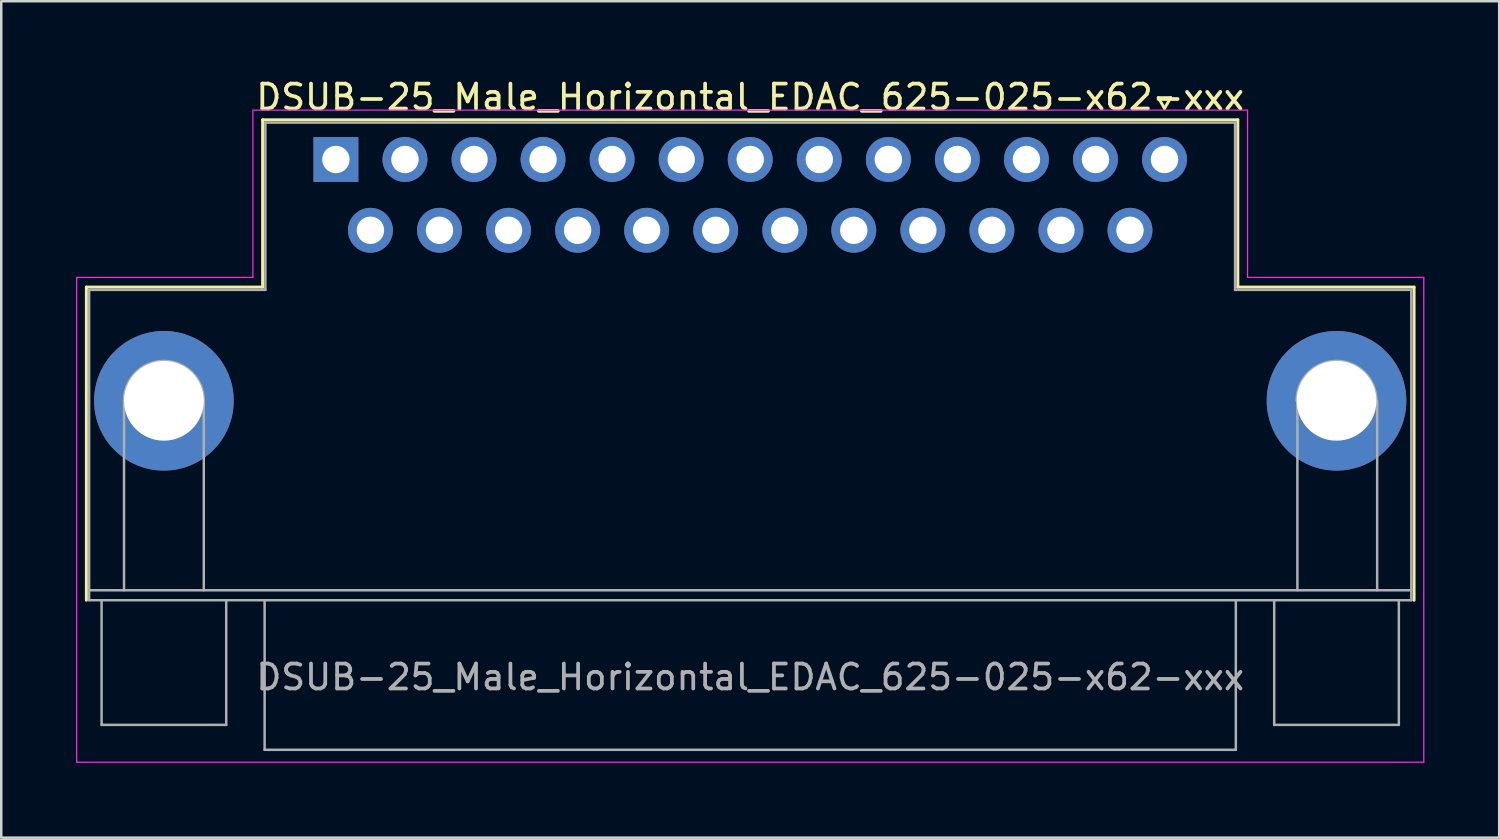
<source format=kicad_pcb>
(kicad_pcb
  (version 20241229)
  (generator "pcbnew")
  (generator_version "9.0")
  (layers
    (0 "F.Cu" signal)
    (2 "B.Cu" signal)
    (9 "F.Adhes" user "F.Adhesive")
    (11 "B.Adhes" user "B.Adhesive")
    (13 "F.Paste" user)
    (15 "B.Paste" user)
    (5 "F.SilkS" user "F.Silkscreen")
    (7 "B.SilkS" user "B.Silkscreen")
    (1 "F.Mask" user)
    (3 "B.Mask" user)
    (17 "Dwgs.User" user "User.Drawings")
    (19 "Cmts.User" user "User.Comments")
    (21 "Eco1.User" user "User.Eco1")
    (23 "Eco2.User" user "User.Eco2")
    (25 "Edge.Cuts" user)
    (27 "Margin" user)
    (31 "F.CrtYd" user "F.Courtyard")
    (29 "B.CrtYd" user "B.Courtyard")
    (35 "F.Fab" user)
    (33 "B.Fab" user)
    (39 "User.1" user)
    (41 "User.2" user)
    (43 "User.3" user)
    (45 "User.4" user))
  (footprint "DSUB-25_Male_Horizontal_EDAC_625-025-x62-xxx"
    (layer "F.Cu")
    (at 10.425 3.348)
    (property "Reference" "DSUB-25_Male_Horizontal_EDAC_625-025-x62-xxx" (at 16.62 -2.5 0) (layer "F.SilkS") (effects (font (size 1 1) (thickness 0.15))))
    (attr through_hole)
    (fp_line (start -10.01 5.12) (end -2.94 5.12) (stroke (width 0.12) (type solid)) (layer "F.SilkS"))
    (fp_line (start -10.01 17.68) (end -10.01 5.12) (stroke (width 0.12) (type solid)) (layer "F.SilkS"))
    (fp_line (start -2.94 -1.59) (end 36.18 -1.59) (stroke (width 0.12) (type solid)) (layer "F.SilkS"))
    (fp_line (start -2.94 5.12) (end -2.94 -1.59) (stroke (width 0.12) (type solid)) (layer "F.SilkS"))
    (fp_line (start 32.99 -2.48) (end 33.49 -2.48) (stroke (width 0.12) (type solid)) (layer "F.SilkS"))
    (fp_line (start 33.24 -2.05) (end 32.99 -2.48) (stroke (width 0.12) (type solid)) (layer "F.SilkS"))
    (fp_line (start 33.49 -2.48) (end 33.24 -2.05) (stroke (width 0.12) (type solid)) (layer "F.SilkS"))
    (fp_line (start 36.18 5.12) (end 36.18 -1.59) (stroke (width 0.12) (type solid)) (layer "F.SilkS"))
    (fp_line (start 36.18 5.12) (end 43.25 5.12) (stroke (width 0.12) (type solid)) (layer "F.SilkS"))
    (fp_line (start 43.25 5.12) (end 43.25 17.68) (stroke (width 0.12) (type solid)) (layer "F.SilkS"))
    (fp_line (start -10.4 4.73) (end -10.4 24.18) (stroke (width 0.05) (type solid)) (layer "F.CrtYd"))
    (fp_line (start -10.4 24.18) (end 43.64 24.18) (stroke (width 0.05) (type solid)) (layer "F.CrtYd"))
    (fp_line (start -3.33 -1.98) (end -3.33 4.73) (stroke (width 0.05) (type solid)) (layer "F.CrtYd"))
    (fp_line (start -3.33 4.73) (end -10.4 4.73) (stroke (width 0.05) (type solid)) (layer "F.CrtYd"))
    (fp_line (start 36.57 -1.98) (end -3.33 -1.98) (stroke (width 0.05) (type solid)) (layer "F.CrtYd"))
    (fp_line (start 36.57 -1.98) (end 36.57 4.73) (stroke (width 0.05) (type solid)) (layer "F.CrtYd"))
    (fp_line (start 43.64 4.73) (end 36.57 4.73) (stroke (width 0.05) (type solid)) (layer "F.CrtYd"))
    (fp_line (start 43.64 24.18) (end 43.64 4.73) (stroke (width 0.05) (type solid)) (layer "F.CrtYd"))
    (fp_line (start -9.9 5.23) (end -9.9 17.68) (stroke (width 0.1) (type solid)) (layer "F.Fab"))
    (fp_line (start -9.9 17.68) (end 43.14 17.68) (stroke (width 0.1) (type solid)) (layer "F.Fab"))
    (fp_line (start -9.4 17.68) (end -9.4 22.68) (stroke (width 0.1) (type solid)) (layer "F.Fab"))
    (fp_line (start -9.4 22.68) (end -4.4 22.68) (stroke (width 0.1) (type solid)) (layer "F.Fab"))
    (fp_line (start -8.5 17.28) (end -8.5 9.68) (stroke (width 0.1) (type solid)) (layer "F.Fab"))
    (fp_line (start -5.3 17.28) (end -5.3 9.68) (stroke (width 0.1) (type solid)) (layer "F.Fab"))
    (fp_line (start -4.4 22.68) (end -4.4 17.68) (stroke (width 0.1) (type solid)) (layer "F.Fab"))
    (fp_line (start -2.86 17.68) (end -2.86 23.68) (stroke (width 0.1) (type solid)) (layer "F.Fab"))
    (fp_line (start -2.86 23.68) (end 36.1 23.68) (stroke (width 0.1) (type solid)) (layer "F.Fab"))
    (fp_line (start -2.83 5.23) (end -9.9 5.23) (stroke (width 0.1) (type solid)) (layer "F.Fab"))
    (fp_line (start -2.83 5.23) (end -2.83 -1.48) (stroke (width 0.1) (type solid)) (layer "F.Fab"))
    (fp_line (start 36.07 -1.48) (end -2.83 -1.48) (stroke (width 0.1) (type solid)) (layer "F.Fab"))
    (fp_line (start 36.07 -1.48) (end 36.07 5.23) (stroke (width 0.1) (type solid)) (layer "F.Fab"))
    (fp_line (start 36.1 23.68) (end 36.1 17.68) (stroke (width 0.1) (type solid)) (layer "F.Fab"))
    (fp_line (start 37.64 17.68) (end 37.64 22.68) (stroke (width 0.1) (type solid)) (layer "F.Fab"))
    (fp_line (start 37.64 22.68) (end 42.64 22.68) (stroke (width 0.1) (type solid)) (layer "F.Fab"))
    (fp_line (start 38.57 17.28) (end 38.57 9.68) (stroke (width 0.1) (type solid)) (layer "F.Fab"))
    (fp_line (start 41.77 17.28) (end 41.77 9.68) (stroke (width 0.1) (type solid)) (layer "F.Fab"))
    (fp_line (start 42.64 22.68) (end 42.64 17.68) (stroke (width 0.1) (type solid)) (layer "F.Fab"))
    (fp_line (start 43.14 5.23) (end 36.07 5.23) (stroke (width 0.1) (type solid)) (layer "F.Fab"))
    (fp_line (start 43.14 17.28) (end -9.9 17.28) (stroke (width 0.1) (type solid)) (layer "F.Fab"))
    (fp_line (start 43.14 17.68) (end 43.14 5.23) (stroke (width 0.1) (type solid)) (layer "F.Fab"))
    (fp_arc (start -8.5 9.68) (mid -6.9 8.08) (end -5.3 9.68) (stroke (width 0.1) (type solid)) (layer "F.Fab"))
    (fp_arc (start 38.54 9.68) (mid 40.14 8.08) (end 41.74 9.68) (stroke (width 0.1) (type solid)) (layer "F.Fab"))
    (fp_text user "${REFERENCE}" (at 16.62 20.765 0) (layer "F.Fab") (effects (font (size 1 1) (thickness 0.15))))
    (pad "0" thru_hole circle (at -6.9 9.68) (size 5.6 5.6) (drill 3.2) (layers "*.Cu" "*.Mask"))
    (pad "0" thru_hole circle (at 40.14 9.68) (size 5.6 5.6) (drill 3.2) (layers "*.Cu" "*.Mask"))
    (pad "1" thru_hole rect (at 0 0) (size 1.8 1.8) (drill 1.1) (layers "*.Cu" "*.Mask"))
    (pad "2" thru_hole circle (at 2.77 0) (size 1.8 1.8) (drill 1.1) (layers "*.Cu" "*.Mask"))
    (pad "3" thru_hole circle (at 5.54 0) (size 1.8 1.8) (drill 1.1) (layers "*.Cu" "*.Mask"))
    (pad "4" thru_hole circle (at 8.31 0) (size 1.8 1.8) (drill 1.1) (layers "*.Cu" "*.Mask"))
    (pad "5" thru_hole circle (at 11.08 0) (size 1.8 1.8) (drill 1.1) (layers "*.Cu" "*.Mask"))
    (pad "6" thru_hole circle (at 13.85 0) (size 1.8 1.8) (drill 1.1) (layers "*.Cu" "*.Mask"))
    (pad "7" thru_hole circle (at 16.62 0) (size 1.8 1.8) (drill 1.1) (layers "*.Cu" "*.Mask"))
    (pad "8" thru_hole circle (at 19.39 0) (size 1.8 1.8) (drill 1.1) (layers "*.Cu" "*.Mask"))
    (pad "9" thru_hole circle (at 22.16 0) (size 1.8 1.8) (drill 1.1) (layers "*.Cu" "*.Mask"))
    (pad "10" thru_hole circle (at 24.93 0) (size 1.8 1.8) (drill 1.1) (layers "*.Cu" "*.Mask"))
    (pad "11" thru_hole circle (at 27.7 0) (size 1.8 1.8) (drill 1.1) (layers "*.Cu" "*.Mask"))
    (pad "12" thru_hole circle (at 30.47 0) (size 1.8 1.8) (drill 1.1) (layers "*.Cu" "*.Mask"))
    (pad "13" thru_hole circle (at 33.24 0) (size 1.8 1.8) (drill 1.1) (layers "*.Cu" "*.Mask"))
    (pad "14" thru_hole circle (at 1.385 2.84) (size 1.8 1.8) (drill 1.1) (layers "*.Cu" "*.Mask"))
    (pad "15" thru_hole circle (at 4.155 2.84) (size 1.8 1.8) (drill 1.1) (layers "*.Cu" "*.Mask"))
    (pad "16" thru_hole circle (at 6.925 2.84) (size 1.8 1.8) (drill 1.1) (layers "*.Cu" "*.Mask"))
    (pad "17" thru_hole circle (at 9.695 2.84) (size 1.8 1.8) (drill 1.1) (layers "*.Cu" "*.Mask"))
    (pad "18" thru_hole circle (at 12.465 2.84) (size 1.8 1.8) (drill 1.1) (layers "*.Cu" "*.Mask"))
    (pad "19" thru_hole circle (at 15.235 2.84) (size 1.8 1.8) (drill 1.1) (layers "*.Cu" "*.Mask"))
    (pad "20" thru_hole circle (at 18.005 2.84) (size 1.8 1.8) (drill 1.1) (layers "*.Cu" "*.Mask"))
    (pad "21" thru_hole circle (at 20.775 2.84) (size 1.8 1.8) (drill 1.1) (layers "*.Cu" "*.Mask"))
    (pad "22" thru_hole circle (at 23.545 2.84) (size 1.8 1.8) (drill 1.1) (layers "*.Cu" "*.Mask"))
    (pad "23" thru_hole circle (at 26.315 2.84) (size 1.8 1.8) (drill 1.1) (layers "*.Cu" "*.Mask"))
    (pad "24" thru_hole circle (at 29.085 2.84) (size 1.8 1.8) (drill 1.1) (layers "*.Cu" "*.Mask"))
    (pad "25" thru_hole circle (at 31.855 2.84) (size 1.8 1.8) (drill 1.1) (layers "*.Cu" "*.Mask")))
  (gr_rect
    (start -3 -3)
    (end 57.09 30.553)
    (stroke (width 0.1) (type default))
    (fill no)
    (layer "Edge.Cuts")))
</source>
